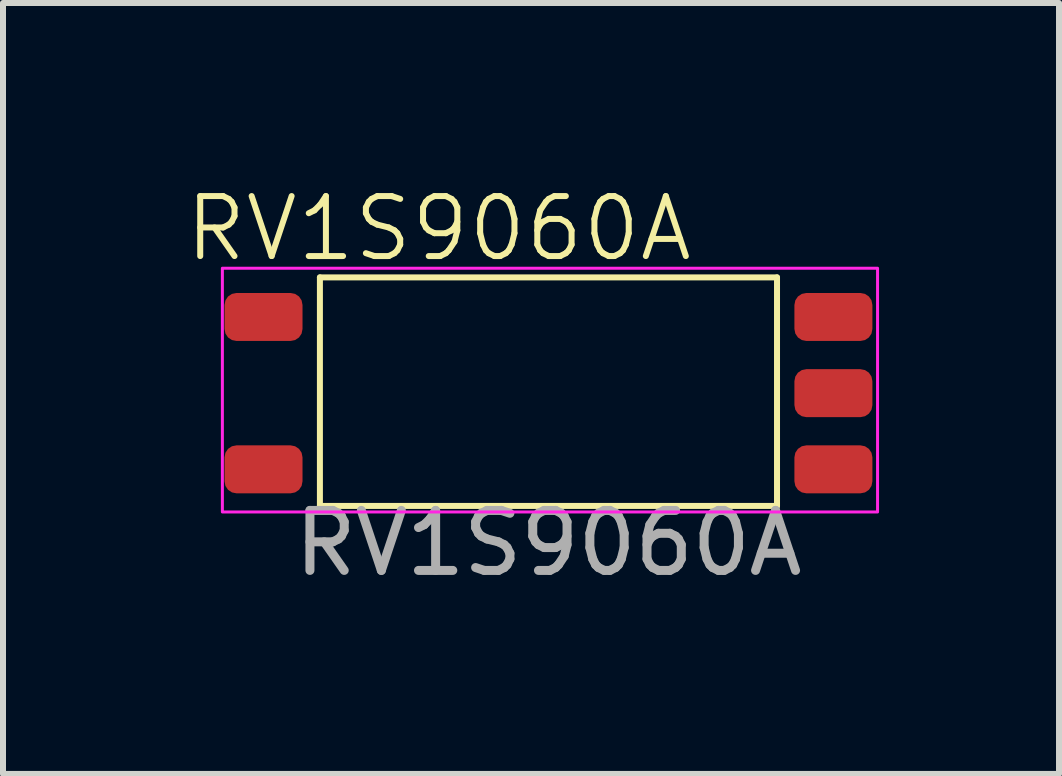
<source format=kicad_pcb>
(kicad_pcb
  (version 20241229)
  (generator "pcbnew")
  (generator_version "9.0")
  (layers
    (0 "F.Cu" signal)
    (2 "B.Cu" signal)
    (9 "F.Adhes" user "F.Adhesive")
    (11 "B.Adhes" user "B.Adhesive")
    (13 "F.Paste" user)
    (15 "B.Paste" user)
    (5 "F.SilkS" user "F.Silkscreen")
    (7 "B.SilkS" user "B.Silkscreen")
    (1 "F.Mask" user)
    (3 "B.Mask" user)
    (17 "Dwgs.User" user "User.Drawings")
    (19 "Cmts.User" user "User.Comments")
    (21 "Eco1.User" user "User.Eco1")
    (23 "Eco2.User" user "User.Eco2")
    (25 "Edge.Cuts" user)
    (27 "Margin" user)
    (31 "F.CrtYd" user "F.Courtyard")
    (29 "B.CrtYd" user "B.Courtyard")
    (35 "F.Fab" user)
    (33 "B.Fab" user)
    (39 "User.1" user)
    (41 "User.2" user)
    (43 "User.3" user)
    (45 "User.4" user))
  (footprint "RV1S9060A"
    (layer "F.Cu")
    (at 6.093 3.504)
    (property "Reference" "RV1S9060A" (at -1.829 -2.743 0) (unlocked yes) (layer "F.SilkS") (effects (font (size 1 1) (thickness 0.1))))
    (attr smd)
    (fp_line (start -3.81 -1.93) (end 3.81 -1.93) (stroke (width 0.1) (type default)) (layer "F.SilkS"))
    (fp_line (start -3.81 1.88) (end -3.81 -1.93) (stroke (width 0.1) (type default)) (layer "F.SilkS"))
    (fp_line (start 3.81 -1.93) (end 3.81 1.88) (stroke (width 0.1) (type default)) (layer "F.SilkS"))
    (fp_line (start 3.81 1.88) (end -3.81 1.88) (stroke (width 0.1) (type default)) (layer "F.SilkS"))
    (fp_rect (start -5.436 -2.083) (end 5.486 1.981) (stroke (width 0.05) (type default)) (fill no) (layer "F.CrtYd"))
    (fp_text user "${REFERENCE}" (at 0 2.5 0) (unlocked yes) (layer "F.Fab") (effects (font (size 1 1) (thickness 0.15))))
    (pad "1" smd roundrect (at -4.75 -1.27) (size 1.3 0.8) (layers "F.Cu" "F.Mask" "F.Paste") (roundrect_rratio 0.25))
    (pad "2" smd roundrect (at -4.75 1.27) (size 1.3 0.8) (layers "F.Cu" "F.Mask" "F.Paste") (roundrect_rratio 0.25))
    (pad "3" smd roundrect (at 4.75 1.27) (size 1.3 0.8) (layers "F.Cu" "F.Mask" "F.Paste") (roundrect_rratio 0.25))
    (pad "4" smd roundrect (at 4.75 0) (size 1.3 0.8) (layers "F.Cu" "F.Mask" "F.Paste") (roundrect_rratio 0.25))
    (pad "5" smd roundrect (at 4.75 -1.27) (size 1.3 0.8) (layers "F.Cu" "F.Mask" "F.Paste") (roundrect_rratio 0.25)))
  (gr_rect
    (start -3 -3)
    (end 14.604 9.852)
    (stroke (width 0.1) (type default))
    (fill no)
    (layer "Edge.Cuts")))
</source>
